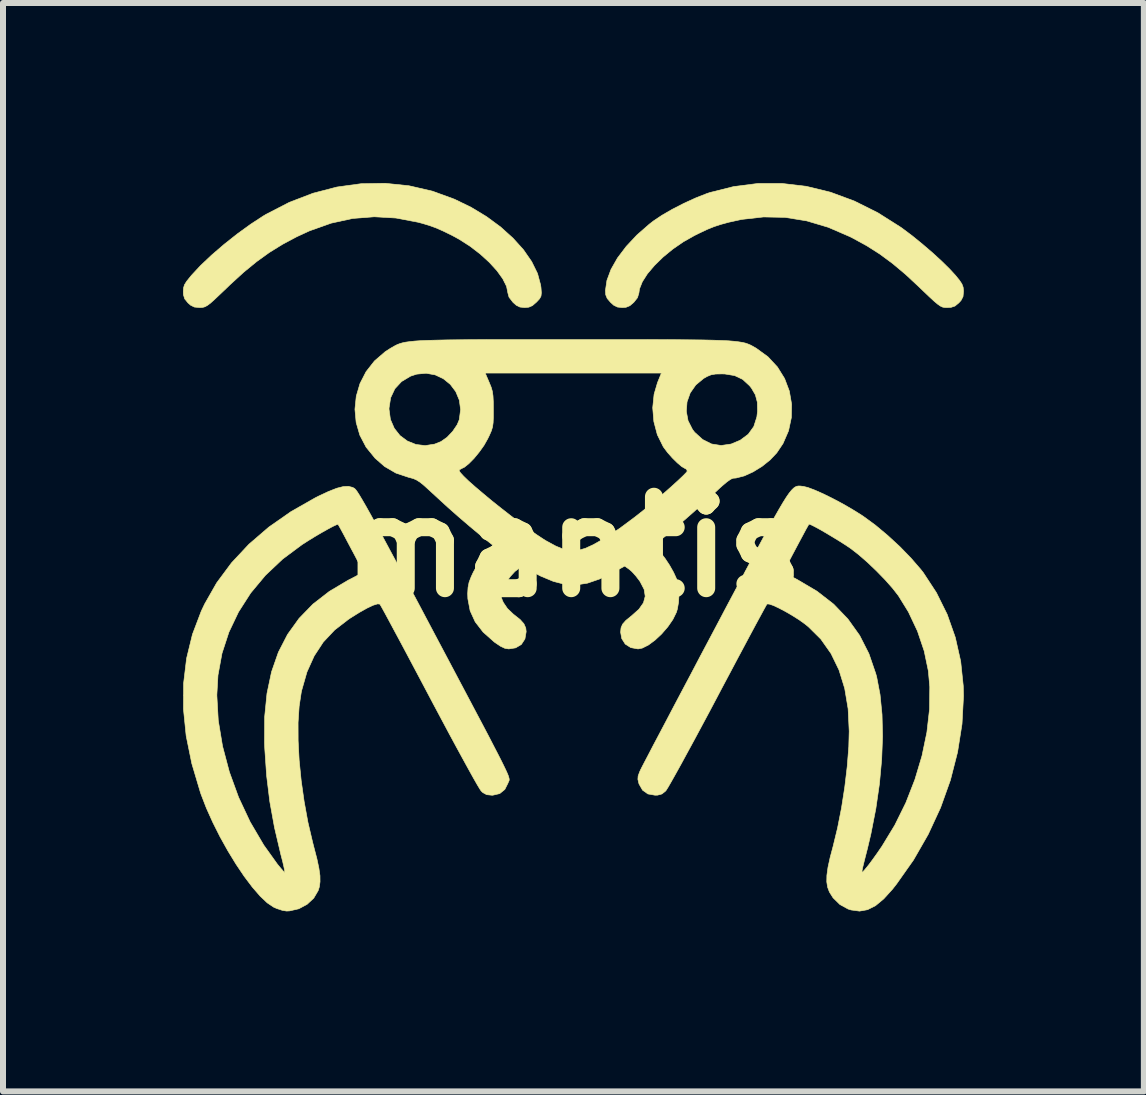
<source format=kicad_pcb>
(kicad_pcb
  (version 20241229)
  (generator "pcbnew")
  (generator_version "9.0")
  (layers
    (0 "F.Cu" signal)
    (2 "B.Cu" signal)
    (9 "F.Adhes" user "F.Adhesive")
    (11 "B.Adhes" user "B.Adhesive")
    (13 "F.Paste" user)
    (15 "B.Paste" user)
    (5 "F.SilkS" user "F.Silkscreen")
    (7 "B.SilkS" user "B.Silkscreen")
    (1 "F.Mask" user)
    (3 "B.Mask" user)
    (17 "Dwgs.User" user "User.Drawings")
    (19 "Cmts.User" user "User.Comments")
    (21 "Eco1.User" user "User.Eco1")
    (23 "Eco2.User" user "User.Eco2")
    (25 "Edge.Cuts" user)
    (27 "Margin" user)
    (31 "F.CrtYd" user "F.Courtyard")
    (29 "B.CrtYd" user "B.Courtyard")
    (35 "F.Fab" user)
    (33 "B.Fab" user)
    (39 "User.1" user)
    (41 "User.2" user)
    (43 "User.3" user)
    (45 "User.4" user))
  (footprint "mantis"
    (layer "F.Cu")
    (at 6.507 6.064)
    (property "Reference" "mantis" (at 0 0 0) (layer "F.SilkS") (effects (font (size 1.524 1.524) (thickness 0.3))))
    (attr through_hole)
    (fp_poly (pts (xy -2.741 -6.018) (xy -2.35 -5.928) (xy -1.983 -5.794) (xy -1.705 -5.659) (xy -1.447 -5.503) (xy -1.212 -5.33) (xy -1.006 -5.144) (xy -0.832 -4.951) (xy -0.695 -4.753) (xy -0.598 -4.556) (xy -0.546 -4.363) (xy -0.54 -4.319) (xy -0.534 -4.233) (xy -0.54 -4.178) (xy -0.564 -4.134) (xy -0.611 -4.083) (xy -0.616 -4.078) (xy -0.683 -4.02) (xy -0.743 -3.994) (xy -0.813 -3.988) (xy -0.891 -3.996) (xy -0.952 -4.026) (xy -1.006 -4.074) (xy -1.073 -4.161) (xy -1.092 -4.231) (xy -1.114 -4.341) (xy -1.177 -4.467) (xy -1.274 -4.602) (xy -1.401 -4.741) (xy -1.552 -4.879) (xy -1.721 -5.009) (xy -1.902 -5.125) (xy -2.019 -5.189) (xy -2.166 -5.261) (xy -2.286 -5.314) (xy -2.398 -5.355) (xy -2.518 -5.391) (xy -2.59 -5.41) (xy -2.957 -5.48) (xy -3.319 -5.501) (xy -3.678 -5.473) (xy -4.036 -5.395) (xy -4.397 -5.267) (xy -4.61 -5.169) (xy -4.848 -5.042) (xy -5.068 -4.906) (xy -5.279 -4.754) (xy -5.494 -4.578) (xy -5.724 -4.368) (xy -5.769 -4.324) (xy -5.891 -4.208) (xy -5.982 -4.122) (xy -6.05 -4.061) (xy -6.101 -4.023) (xy -6.141 -4.001) (xy -6.177 -3.991) (xy -6.215 -3.988) (xy -6.232 -3.988) (xy -6.317 -3.996) (xy -6.38 -4.027) (xy -6.424 -4.066) (xy -6.478 -4.132) (xy -6.5 -4.202) (xy -6.502 -4.254) (xy -6.498 -4.315) (xy -6.482 -4.368) (xy -6.445 -4.427) (xy -6.381 -4.506) (xy -6.365 -4.526) (xy -6.215 -4.687) (xy -6.03 -4.862) (xy -5.822 -5.041) (xy -5.601 -5.216) (xy -5.38 -5.376) (xy -5.169 -5.514) (xy -5.12 -5.543) (xy -4.734 -5.742) (xy -4.34 -5.893) (xy -3.941 -5.997) (xy -3.539 -6.052) (xy -3.138 -6.059) (xy -2.741 -6.018)) (stroke (width 0.01) (type solid)) (fill yes) (layer "F.SilkS"))
    (fp_poly (pts (xy 3.884 -6.008) (xy 4.286 -5.91) (xy 4.683 -5.763) (xy 5.074 -5.568) (xy 5.458 -5.325) (xy 5.491 -5.301) (xy 5.648 -5.183) (xy 5.815 -5.047) (xy 5.982 -4.904) (xy 6.137 -4.762) (xy 6.271 -4.63) (xy 6.366 -4.527) (xy 6.435 -4.442) (xy 6.476 -4.38) (xy 6.496 -4.326) (xy 6.502 -4.268) (xy 6.502 -4.255) (xy 6.494 -4.17) (xy 6.46 -4.105) (xy 6.424 -4.066) (xy 6.36 -4.013) (xy 6.293 -3.991) (xy 6.232 -3.988) (xy 6.191 -3.989) (xy 6.155 -3.995) (xy 6.118 -4.012) (xy 6.072 -4.044) (xy 6.012 -4.094) (xy 5.931 -4.169) (xy 5.822 -4.273) (xy 5.769 -4.324) (xy 5.536 -4.541) (xy 5.319 -4.723) (xy 5.108 -4.879) (xy 4.891 -5.017) (xy 4.657 -5.145) (xy 4.61 -5.169) (xy 4.247 -5.326) (xy 3.887 -5.433) (xy 3.529 -5.491) (xy 3.169 -5.498) (xy 2.805 -5.457) (xy 2.59 -5.41) (xy 2.458 -5.374) (xy 2.345 -5.337) (xy 2.231 -5.291) (xy 2.1 -5.229) (xy 2.019 -5.189) (xy 1.833 -5.084) (xy 1.656 -4.962) (xy 1.493 -4.828) (xy 1.351 -4.689) (xy 1.234 -4.551) (xy 1.149 -4.418) (xy 1.101 -4.298) (xy 1.092 -4.231) (xy 1.068 -4.152) (xy 1.006 -4.074) (xy 0.94 -4.018) (xy 0.876 -3.992) (xy 0.813 -3.988) (xy 0.735 -3.996) (xy 0.673 -4.026) (xy 0.62 -4.074) (xy 0.564 -4.139) (xy 0.539 -4.2) (xy 0.534 -4.271) (xy 0.559 -4.441) (xy 0.627 -4.624) (xy 0.735 -4.814) (xy 0.881 -5.007) (xy 1.059 -5.197) (xy 1.266 -5.378) (xy 1.333 -5.43) (xy 1.476 -5.526) (xy 1.651 -5.627) (xy 1.844 -5.726) (xy 2.039 -5.815) (xy 2.219 -5.886) (xy 2.275 -5.905) (xy 2.674 -6.005) (xy 3.076 -6.056) (xy 3.48 -6.056) (xy 3.884 -6.008)) (stroke (width 0.01) (type solid)) (fill yes) (layer "F.SilkS"))
    (fp_poly (pts (xy -3.679 -0.99) (xy -3.648 -0.973) (xy -3.63 -0.955) (xy -3.603 -0.919) (xy -3.566 -0.861) (xy -3.517 -0.779) (xy -3.455 -0.672) (xy -3.379 -0.536) (xy -3.287 -0.369) (xy -3.179 -0.17) (xy -3.053 0.065) (xy -2.907 0.336) (xy -2.741 0.648) (xy -2.553 1.001) (xy -2.485 1.13) (xy -2.27 1.536) (xy -2.078 1.898) (xy -1.907 2.221) (xy -1.756 2.506) (xy -1.624 2.756) (xy -1.509 2.973) (xy -1.411 3.159) (xy -1.329 3.318) (xy -1.26 3.451) (xy -1.204 3.561) (xy -1.16 3.65) (xy -1.126 3.721) (xy -1.101 3.776) (xy -1.084 3.818) (xy -1.075 3.849) (xy -1.07 3.871) (xy -1.07 3.888) (xy -1.073 3.9) (xy -1.079 3.911) (xy -1.085 3.924) (xy -1.089 3.936) (xy -1.143 4.044) (xy -1.228 4.113) (xy -1.343 4.14) (xy -1.361 4.14) (xy -1.446 4.131) (xy -1.51 4.096) (xy -1.537 4.07) (xy -1.56 4.036) (xy -1.605 3.961) (xy -1.669 3.849) (xy -1.75 3.703) (xy -1.846 3.528) (xy -1.955 3.328) (xy -2.075 3.106) (xy -2.203 2.866) (xy -2.338 2.613) (xy -2.403 2.49) (xy -2.539 2.233) (xy -2.668 1.99) (xy -2.789 1.762) (xy -2.899 1.556) (xy -2.997 1.374) (xy -3.08 1.219) (xy -3.146 1.097) (xy -3.194 1.01) (xy -3.221 0.963) (xy -3.226 0.955) (xy -3.264 0.951) (xy -3.338 0.974) (xy -3.442 1.023) (xy -3.57 1.095) (xy -3.717 1.187) (xy -3.751 1.21) (xy -3.979 1.386) (xy -4.169 1.588) (xy -4.321 1.82) (xy -4.441 2.086) (xy -4.528 2.39) (xy -4.536 2.426) (xy -4.571 2.658) (xy -4.589 2.929) (xy -4.588 3.231) (xy -4.571 3.556) (xy -4.537 3.897) (xy -4.488 4.244) (xy -4.425 4.59) (xy -4.346 4.926) (xy -4.326 5.004) (xy -4.275 5.2) (xy -4.242 5.356) (xy -4.224 5.482) (xy -4.223 5.583) (xy -4.235 5.67) (xy -4.254 5.73) (xy -4.328 5.856) (xy -4.439 5.959) (xy -4.577 6.033) (xy -4.729 6.068) (xy -4.78 6.071) (xy -4.852 6.059) (xy -4.943 6.029) (xy -4.996 6.006) (xy -5.103 5.934) (xy -5.222 5.821) (xy -5.352 5.671) (xy -5.487 5.492) (xy -5.624 5.288) (xy -5.759 5.067) (xy -5.889 4.834) (xy -6.009 4.595) (xy -6.117 4.355) (xy -6.207 4.122) (xy -6.218 4.089) (xy -6.36 3.612) (xy -6.454 3.151) (xy -6.499 2.705) (xy -6.498 2.473) (xy -5.943 2.473) (xy -5.919 2.895) (xy -5.848 3.323) (xy -5.734 3.753) (xy -5.58 4.176) (xy -5.388 4.585) (xy -5.16 4.973) (xy -4.933 5.29) (xy -4.876 5.359) (xy -4.833 5.408) (xy -4.81 5.428) (xy -4.809 5.427) (xy -4.812 5.401) (xy -4.825 5.335) (xy -4.847 5.24) (xy -4.876 5.129) (xy -4.982 4.678) (xy -5.06 4.247) (xy -5.113 3.815) (xy -5.144 3.363) (xy -5.148 3.264) (xy -5.146 2.836) (xy -5.107 2.444) (xy -5.031 2.084) (xy -4.917 1.757) (xy -4.764 1.46) (xy -4.572 1.193) (xy -4.341 0.955) (xy -4.068 0.743) (xy -3.755 0.557) (xy -3.715 0.537) (xy -3.623 0.489) (xy -3.552 0.449) (xy -3.511 0.422) (xy -3.505 0.416) (xy -3.516 0.391) (xy -3.547 0.33) (xy -3.592 0.243) (xy -3.647 0.137) (xy -3.708 0.023) (xy -3.769 -0.092) (xy -3.825 -0.198) (xy -3.873 -0.287) (xy -3.907 -0.348) (xy -3.923 -0.375) (xy -3.949 -0.368) (xy -4.009 -0.34) (xy -4.095 -0.294) (xy -4.198 -0.236) (xy -4.31 -0.17) (xy -4.422 -0.101) (xy -4.521 -0.038) (xy -4.846 0.204) (xy -5.133 0.475) (xy -5.379 0.77) (xy -5.582 1.087) (xy -5.742 1.423) (xy -5.857 1.775) (xy -5.924 2.14) (xy -5.943 2.473) (xy -6.498 2.473) (xy -6.497 2.275) (xy -6.447 1.859) (xy -6.349 1.458) (xy -6.202 1.071) (xy -6.146 0.953) (xy -5.945 0.6) (xy -5.698 0.267) (xy -5.408 -0.043) (xy -5.077 -0.328) (xy -4.708 -0.586) (xy -4.304 -0.816) (xy -4.249 -0.844) (xy -4.078 -0.924) (xy -3.942 -0.977) (xy -3.835 -1.004) (xy -3.75 -1.008) (xy -3.679 -0.99)) (stroke (width 0.01) (type solid)) (fill yes) (layer "F.SilkS"))
    (fp_poly (pts (xy 3.783 -1.013) (xy 3.814 -1.009) (xy 3.829 -1.008) (xy 3.91 -0.988) (xy 4.024 -0.945) (xy 4.164 -0.883) (xy 4.32 -0.806) (xy 4.484 -0.719) (xy 4.647 -0.625) (xy 4.801 -0.529) (xy 4.834 -0.507) (xy 5.031 -0.363) (xy 5.237 -0.191) (xy 5.442 -0.002) (xy 5.63 0.192) (xy 5.791 0.378) (xy 5.831 0.429) (xy 6.051 0.765) (xy 6.23 1.126) (xy 6.365 1.509) (xy 6.455 1.908) (xy 6.498 2.318) (xy 6.502 2.489) (xy 6.477 2.954) (xy 6.403 3.422) (xy 6.284 3.888) (xy 6.12 4.347) (xy 5.914 4.792) (xy 5.669 5.219) (xy 5.384 5.623) (xy 5.318 5.707) (xy 5.173 5.867) (xy 5.036 5.981) (xy 4.903 6.048) (xy 4.769 6.072) (xy 4.63 6.053) (xy 4.578 6.037) (xy 4.442 5.962) (xy 4.328 5.85) (xy 4.267 5.753) (xy 4.237 5.673) (xy 4.223 5.583) (xy 4.225 5.476) (xy 4.243 5.344) (xy 4.279 5.179) (xy 4.329 4.991) (xy 4.403 4.686) (xy 4.469 4.352) (xy 4.523 4.005) (xy 4.564 3.66) (xy 4.59 3.333) (xy 4.597 3.073) (xy 4.579 2.7) (xy 4.522 2.36) (xy 4.427 2.053) (xy 4.294 1.779) (xy 4.124 1.538) (xy 3.916 1.332) (xy 3.855 1.283) (xy 3.755 1.212) (xy 3.644 1.142) (xy 3.53 1.076) (xy 3.423 1.02) (xy 3.331 0.977) (xy 3.263 0.954) (xy 3.228 0.953) (xy 3.227 0.954) (xy 3.211 0.98) (xy 3.174 1.047) (xy 3.117 1.152) (xy 3.042 1.29) (xy 2.952 1.458) (xy 2.848 1.653) (xy 2.732 1.87) (xy 2.607 2.106) (xy 2.474 2.356) (xy 2.404 2.489) (xy 2.267 2.748) (xy 2.135 2.994) (xy 2.011 3.225) (xy 1.896 3.436) (xy 1.794 3.624) (xy 1.705 3.784) (xy 1.633 3.912) (xy 1.579 4.006) (xy 1.545 4.06) (xy 1.537 4.07) (xy 1.476 4.119) (xy 1.403 4.139) (xy 1.361 4.14) (xy 1.242 4.119) (xy 1.153 4.056) (xy 1.094 3.953) (xy 1.09 3.939) (xy 1.075 3.875) (xy 1.079 3.82) (xy 1.104 3.751) (xy 1.121 3.714) (xy 1.141 3.674) (xy 1.183 3.593) (xy 1.246 3.473) (xy 1.327 3.317) (xy 1.426 3.13) (xy 1.54 2.914) (xy 1.667 2.672) (xy 1.806 2.409) (xy 1.956 2.126) (xy 2.113 1.827) (xy 2.278 1.516) (xy 2.375 1.333) (xy 2.574 0.956) (xy 2.752 0.622) (xy 2.86 0.417) (xy 3.505 0.417) (xy 3.526 0.433) (xy 3.583 0.466) (xy 3.667 0.512) (xy 3.738 0.55) (xy 4.06 0.74) (xy 4.339 0.957) (xy 4.575 1.203) (xy 4.771 1.477) (xy 4.925 1.78) (xy 5.04 2.115) (xy 5.055 2.169) (xy 5.111 2.463) (xy 5.144 2.795) (xy 5.153 3.157) (xy 5.138 3.544) (xy 5.101 3.949) (xy 5.041 4.364) (xy 4.959 4.783) (xy 4.901 5.029) (xy 4.861 5.185) (xy 4.833 5.297) (xy 4.816 5.37) (xy 4.809 5.411) (xy 4.813 5.423) (xy 4.827 5.414) (xy 4.85 5.389) (xy 4.875 5.359) (xy 4.92 5.304) (xy 4.984 5.218) (xy 5.06 5.112) (xy 5.138 4.998) (xy 5.143 4.991) (xy 5.357 4.639) (xy 5.541 4.266) (xy 5.692 3.879) (xy 5.81 3.485) (xy 5.892 3.091) (xy 5.936 2.705) (xy 5.94 2.333) (xy 5.916 2.068) (xy 5.847 1.737) (xy 5.735 1.405) (xy 5.584 1.085) (xy 5.416 0.813) (xy 5.32 0.69) (xy 5.195 0.549) (xy 5.051 0.401) (xy 4.9 0.257) (xy 4.754 0.13) (xy 4.624 0.029) (xy 4.623 0.028) (xy 4.535 -0.031) (xy 4.431 -0.097) (xy 4.318 -0.166) (xy 4.206 -0.233) (xy 4.102 -0.293) (xy 4.015 -0.34) (xy 3.954 -0.37) (xy 3.926 -0.378) (xy 3.926 -0.378) (xy 3.911 -0.352) (xy 3.876 -0.29) (xy 3.829 -0.202) (xy 3.772 -0.096) (xy 3.711 0.019) (xy 3.65 0.134) (xy 3.594 0.24) (xy 3.549 0.328) (xy 3.517 0.39) (xy 3.505 0.416) (xy 3.505 0.417) (xy 2.86 0.417) (xy 2.908 0.327) (xy 3.045 0.07) (xy 3.165 -0.153) (xy 3.268 -0.343) (xy 3.357 -0.503) (xy 3.433 -0.636) (xy 3.497 -0.744) (xy 3.551 -0.83) (xy 3.597 -0.896) (xy 3.636 -0.944) (xy 3.67 -0.978) (xy 3.7 -0.999) (xy 3.728 -1.01) (xy 3.755 -1.014) (xy 3.783 -1.013)) (stroke (width 0.01) (type solid)) (fill yes) (layer "F.SilkS"))
    (fp_poly (pts (xy 0.825 -3.454) (xy 1.169 -3.454) (xy 1.472 -3.453) (xy 1.735 -3.452) (xy 1.963 -3.45) (xy 2.159 -3.448) (xy 2.325 -3.444) (xy 2.464 -3.439) (xy 2.58 -3.434) (xy 2.675 -3.426) (xy 2.752 -3.417) (xy 2.816 -3.407) (xy 2.868 -3.395) (xy 2.911 -3.38) (xy 2.949 -3.364) (xy 2.985 -3.345) (xy 3.022 -3.324) (xy 3.048 -3.309) (xy 3.243 -3.167) (xy 3.401 -2.997) (xy 3.52 -2.805) (xy 3.599 -2.596) (xy 3.637 -2.377) (xy 3.633 -2.155) (xy 3.586 -1.934) (xy 3.494 -1.722) (xy 3.39 -1.567) (xy 3.278 -1.448) (xy 3.143 -1.34) (xy 2.995 -1.249) (xy 2.848 -1.182) (xy 2.712 -1.147) (xy 2.66 -1.143) (xy 2.621 -1.126) (xy 2.557 -1.081) (xy 2.479 -1.015) (xy 2.429 -0.97) (xy 2.289 -0.838) (xy 2.131 -0.695) (xy 1.965 -0.547) (xy 1.8 -0.403) (xy 1.642 -0.269) (xy 1.502 -0.153) (xy 1.386 -0.062) (xy 1.349 -0.034) (xy 1.36 -0.014) (xy 1.397 0.034) (xy 1.454 0.099) (xy 1.457 0.103) (xy 1.528 0.194) (xy 1.603 0.307) (xy 1.666 0.419) (xy 1.668 0.422) (xy 1.716 0.527) (xy 1.744 0.608) (xy 1.757 0.689) (xy 1.76 0.79) (xy 1.76 0.794) (xy 1.753 0.921) (xy 1.733 1.037) (xy 1.717 1.091) (xy 1.658 1.211) (xy 1.573 1.334) (xy 1.471 1.452) (xy 1.361 1.555) (xy 1.25 1.637) (xy 1.148 1.688) (xy 1.078 1.702) (xy 0.957 1.68) (xy 0.864 1.621) (xy 0.806 1.529) (xy 0.787 1.423) (xy 0.794 1.35) (xy 0.82 1.289) (xy 0.874 1.228) (xy 0.963 1.155) (xy 0.966 1.153) (xy 1.092 1.041) (xy 1.168 0.933) (xy 1.197 0.824) (xy 1.179 0.709) (xy 1.114 0.584) (xy 1.104 0.568) (xy 1.041 0.486) (xy 0.976 0.414) (xy 0.932 0.376) (xy 0.856 0.321) (xy 0.658 0.428) (xy 0.435 0.537) (xy 0.234 0.606) (xy 0.045 0.635) (xy -0.141 0.626) (xy -0.334 0.576) (xy -0.545 0.488) (xy -0.657 0.43) (xy -0.753 0.38) (xy -0.816 0.353) (xy -0.859 0.344) (xy -0.894 0.352) (xy -0.907 0.359) (xy -0.975 0.411) (xy -1.051 0.494) (xy -1.121 0.591) (xy -1.174 0.686) (xy -1.186 0.717) (xy -1.205 0.784) (xy -1.204 0.837) (xy -1.181 0.899) (xy -1.167 0.929) (xy -1.1 1.028) (xy -1.003 1.121) (xy -0.989 1.132) (xy -0.887 1.213) (xy -0.825 1.283) (xy -0.794 1.353) (xy -0.787 1.414) (xy -0.808 1.536) (xy -0.868 1.628) (xy -0.963 1.684) (xy -1.077 1.702) (xy -1.141 1.692) (xy -1.215 1.657) (xy -1.31 1.593) (xy -1.325 1.581) (xy -1.505 1.421) (xy -1.637 1.25) (xy -1.721 1.066) (xy -1.759 0.866) (xy -1.762 0.78) (xy -1.756 0.678) (xy -1.739 0.592) (xy -1.704 0.5) (xy -1.667 0.421) (xy -1.605 0.309) (xy -1.53 0.196) (xy -1.459 0.105) (xy -1.458 0.104) (xy -1.341 -0.026) (xy -1.413 -0.083) (xy -1.558 -0.2) (xy -1.727 -0.341) (xy -1.908 -0.496) (xy -2.088 -0.655) (xy -2.254 -0.807) (xy -2.293 -0.843) (xy -2.407 -0.948) (xy -2.492 -1.025) (xy -2.558 -1.078) (xy -2.613 -1.113) (xy -2.664 -1.136) (xy -2.721 -1.152) (xy -2.748 -1.159) (xy -2.958 -1.229) (xy -3.03 -1.271) (xy -1.905 -1.271) (xy -1.885 -1.237) (xy -1.83 -1.177) (xy -1.745 -1.095) (xy -1.634 -0.997) (xy -1.504 -0.887) (xy -1.361 -0.768) (xy -1.208 -0.646) (xy -1.052 -0.524) (xy -0.899 -0.408) (xy -0.753 -0.3) (xy -0.62 -0.207) (xy -0.505 -0.131) (xy -0.455 -0.1) (xy -0.293 -0.012) (xy -0.158 0.044) (xy -0.039 0.068) (xy 0.077 0.061) (xy 0.199 0.025) (xy 0.333 -0.036) (xy 0.537 -0.152) (xy 0.771 -0.307) (xy 1.032 -0.501) (xy 1.167 -0.608) (xy 1.286 -0.704) (xy 1.409 -0.808) (xy 1.531 -0.913) (xy 1.646 -1.015) (xy 1.746 -1.106) (xy 1.826 -1.182) (xy 1.879 -1.236) (xy 1.898 -1.261) (xy 1.886 -1.292) (xy 1.86 -1.306) (xy 1.805 -1.338) (xy 1.731 -1.401) (xy 1.649 -1.482) (xy 1.57 -1.571) (xy 1.505 -1.658) (xy 1.497 -1.67) (xy 1.399 -1.868) (xy 1.341 -2.088) (xy 1.327 -2.258) (xy 1.882 -2.258) (xy 1.911 -2.102) (xy 1.985 -1.956) (xy 2.021 -1.909) (xy 2.155 -1.788) (xy 2.303 -1.714) (xy 2.462 -1.689) (xy 2.629 -1.713) (xy 2.781 -1.777) (xy 2.914 -1.876) (xy 3.007 -2.005) (xy 3.058 -2.165) (xy 3.069 -2.259) (xy 3.066 -2.41) (xy 3.033 -2.534) (xy 2.966 -2.648) (xy 2.934 -2.687) (xy 2.821 -2.791) (xy 2.688 -2.854) (xy 2.524 -2.881) (xy 2.475 -2.882) (xy 2.37 -2.88) (xy 2.295 -2.867) (xy 2.227 -2.839) (xy 2.17 -2.806) (xy 2.04 -2.698) (xy 1.947 -2.565) (xy 1.894 -2.416) (xy 1.882 -2.258) (xy 1.327 -2.258) (xy 1.322 -2.317) (xy 1.345 -2.543) (xy 1.402 -2.737) (xy 1.467 -2.896) (xy -1.47 -2.896) (xy -1.402 -2.737) (xy -1.371 -2.661) (xy -1.351 -2.592) (xy -1.34 -2.516) (xy -1.335 -2.419) (xy -1.334 -2.286) (xy -1.334 -2.159) (xy -1.338 -2.067) (xy -1.348 -1.997) (xy -1.367 -1.934) (xy -1.398 -1.863) (xy -1.428 -1.801) (xy -1.49 -1.691) (xy -1.57 -1.579) (xy -1.657 -1.473) (xy -1.743 -1.386) (xy -1.818 -1.326) (xy -1.856 -1.308) (xy -1.896 -1.286) (xy -1.905 -1.271) (xy -3.03 -1.271) (xy -3.147 -1.339) (xy -3.306 -1.478) (xy -3.455 -1.661) (xy -3.56 -1.862) (xy -3.621 -2.074) (xy -3.641 -2.292) (xy -3.641 -2.293) (xy -3.073 -2.293) (xy -3.05 -2.124) (xy -2.986 -1.976) (xy -2.89 -1.854) (xy -2.767 -1.763) (xy -2.625 -1.706) (xy -2.471 -1.687) (xy -2.312 -1.712) (xy -2.207 -1.754) (xy -2.106 -1.825) (xy -2.012 -1.924) (xy -1.937 -2.035) (xy -1.902 -2.119) (xy -1.88 -2.287) (xy -1.901 -2.444) (xy -1.96 -2.586) (xy -2.051 -2.707) (xy -2.168 -2.802) (xy -2.304 -2.866) (xy -2.454 -2.893) (xy -2.612 -2.878) (xy -2.713 -2.845) (xy -2.864 -2.755) (xy -2.976 -2.634) (xy -3.046 -2.485) (xy -3.073 -2.312) (xy -3.073 -2.293) (xy -3.641 -2.293) (xy -3.619 -2.51) (xy -3.557 -2.721) (xy -3.456 -2.918) (xy -3.316 -3.097) (xy -3.138 -3.251) (xy -3.048 -3.309) (xy -3.009 -3.331) (xy -2.973 -3.352) (xy -2.937 -3.37) (xy -2.898 -3.385) (xy -2.852 -3.399) (xy -2.796 -3.411) (xy -2.729 -3.42) (xy -2.646 -3.429) (xy -2.544 -3.436) (xy -2.421 -3.441) (xy -2.273 -3.445) (xy -2.098 -3.449) (xy -1.892 -3.451) (xy -1.653 -3.453) (xy -1.377 -3.454) (xy -1.061 -3.454) (xy -0.703 -3.454) (xy -0.299 -3.454) (xy 0 -3.454) (xy 0.437 -3.454) (xy 0.825 -3.454)) (stroke (width 0.01) (type solid)) (fill yes) (layer "F.SilkS")))
  (gr_rect
    (start -3 -3)
    (end 16.015 15.141)
    (stroke (width 0.1) (type default))
    (fill no)
    (layer "Edge.Cuts")))
</source>
